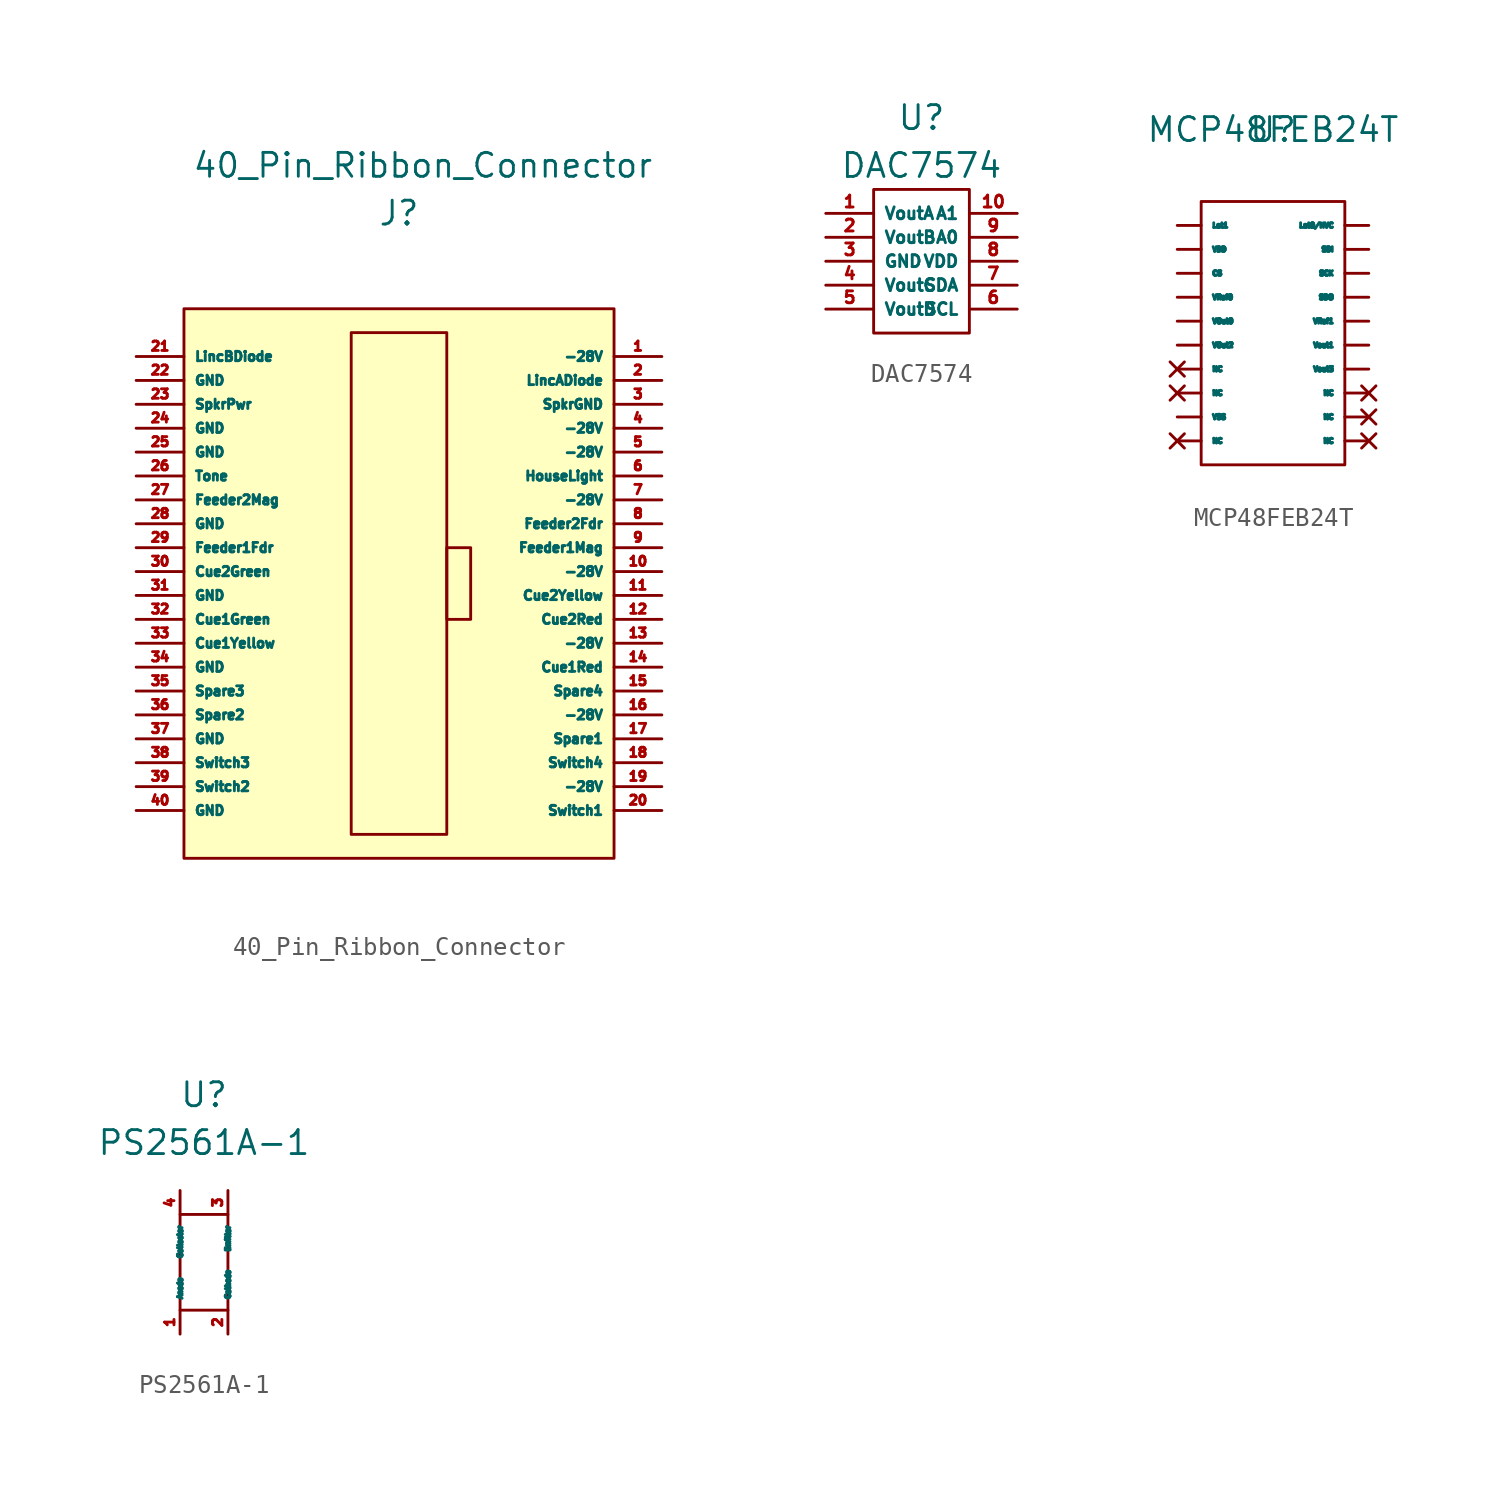
<source format=kicad_sym>
(kicad_symbol_lib
  (version 20211014)
  (generator kicad_symbol_editor)
  (symbol "40_Pin_Ribbon_Connector"
    (property "Reference" "J"
      (at -7.62 16.51 0)
      (effects (font (size 1.27 1.27))))
    (property "Value" "40_Pin_Ribbon_Connector"
      (at -6.35 19.05 0)
      (effects (font (size 1.27 1.27))))
    (symbol "40_Pin_Ribbon_Connector_0_1"
      (rectangle (start -19.05 11.43) (end 3.81 -17.78) (stroke (width 0) (type default) (color 0 0 0 0)) (fill (type background)))
      (rectangle (start -10.16 10.16) (end -5.08 -16.51) (stroke (width 0) (type default) (color 0 0 0 0)) (fill (type background)))
      (rectangle (start -5.08 -1.27) (end -3.81 -5.08) (stroke (width 0) (type default) (color 0 0 0 0)) (fill (type background))))
    (symbol "40_Pin_Ribbon_Connector_1_1"
      (pin power_in line (at 6.35 8.89 180) (length 2.54) (name "-28V" (effects (font (size 0.5 0.5)))) (number "1" (effects (font (size 0.5 0.5)))))
      (pin power_in line (at 6.35 -2.54 180) (length 2.54) (name "-28V" (effects (font (size 0.5 0.5)))) (number "10" (effects (font (size 0.5 0.5)))))
      (pin input line (at 6.35 -3.81 180) (length 2.54) (name "Cue2Yellow" (effects (font (size 0.5 0.5)))) (number "11" (effects (font (size 0.5 0.5)))))
      (pin input line (at 6.35 -5.08 180) (length 2.54) (name "Cue2Red" (effects (font (size 0.5 0.5)))) (number "12" (effects (font (size 0.5 0.5)))))
      (pin power_in line (at 6.35 -6.35 180) (length 2.54) (name "-28V" (effects (font (size 0.5 0.5)))) (number "13" (effects (font (size 0.5 0.5)))))
      (pin input line (at 6.35 -7.62 180) (length 2.54) (name "Cue1Red" (effects (font (size 0.5 0.5)))) (number "14" (effects (font (size 0.5 0.5)))))
      (pin input line (at 6.35 -8.89 180) (length 2.54) (name "Spare4" (effects (font (size 0.5 0.5)))) (number "15" (effects (font (size 0.5 0.5)))))
      (pin power_in line (at 6.35 -10.16 180) (length 2.54) (name "-28V" (effects (font (size 0.5 0.5)))) (number "16" (effects (font (size 0.5 0.5)))))
      (pin input line (at 6.35 -11.43 180) (length 2.54) (name "Spare1" (effects (font (size 0.5 0.5)))) (number "17" (effects (font (size 0.5 0.5)))))
      (pin output line (at 6.35 -12.7 180) (length 2.54) (name "Switch4" (effects (font (size 0.5 0.5)))) (number "18" (effects (font (size 0.5 0.5)))))
      (pin power_in line (at 6.35 -13.97 180) (length 2.54) (name "-28V" (effects (font (size 0.5 0.5)))) (number "19" (effects (font (size 0.5 0.5)))))
      (pin power_in line (at 6.35 7.62 180) (length 2.54) (name "LincADiode" (effects (font (size 0.5 0.5)))) (number "2" (effects (font (size 0.5 0.5)))))
      (pin output line (at 6.35 -15.24 180) (length 2.54) (name "Switch1" (effects (font (size 0.5 0.5)))) (number "20" (effects (font (size 0.5 0.5)))))
      (pin power_in line (at -21.59 8.89 0) (length 2.54) (name "LincBDiode" (effects (font (size 0.5 0.5)))) (number "21" (effects (font (size 0.5 0.5)))))
      (pin power_in line (at -21.59 7.62 0) (length 2.54) (name "GND" (effects (font (size 0.5 0.5)))) (number "22" (effects (font (size 0.5 0.5)))))
      (pin input line (at -21.59 6.35 0) (length 2.54) (name "SpkrPwr" (effects (font (size 0.5 0.5)))) (number "23" (effects (font (size 0.5 0.5)))))
      (pin power_in line (at -21.59 5.08 0) (length 2.54) (name "GND" (effects (font (size 0.5 0.5)))) (number "24" (effects (font (size 0.5 0.5)))))
      (pin power_in line (at -21.59 3.81 0) (length 2.54) (name "GND" (effects (font (size 0.5 0.5)))) (number "25" (effects (font (size 0.5 0.5)))))
      (pin input line (at -21.59 2.54 0) (length 2.54) (name "Tone" (effects (font (size 0.5 0.5)))) (number "26" (effects (font (size 0.5 0.5)))))
      (pin input line (at -21.59 1.27 0) (length 2.54) (name "Feeder2Mag" (effects (font (size 0.5 0.5)))) (number "27" (effects (font (size 0.5 0.5)))))
      (pin power_in line (at -21.59 0 0) (length 2.54) (name "GND" (effects (font (size 0.5 0.5)))) (number "28" (effects (font (size 0.5 0.5)))))
      (pin input line (at -21.59 -1.27 0) (length 2.54) (name "Feeder1Fdr" (effects (font (size 0.5 0.5)))) (number "29" (effects (font (size 0.5 0.5)))))
      (pin input line (at 6.35 6.35 180) (length 2.54) (name "SpkrGND" (effects (font (size 0.5 0.5)))) (number "3" (effects (font (size 0.5 0.5)))))
      (pin input line (at -21.59 -2.54 0) (length 2.54) (name "Cue2Green" (effects (font (size 0.5 0.5)))) (number "30" (effects (font (size 0.5 0.5)))))
      (pin power_in line (at -21.59 -3.81 0) (length 2.54) (name "GND" (effects (font (size 0.5 0.5)))) (number "31" (effects (font (size 0.5 0.5)))))
      (pin input line (at -21.59 -5.08 0) (length 2.54) (name "Cue1Green" (effects (font (size 0.5 0.5)))) (number "32" (effects (font (size 0.5 0.5)))))
      (pin input line (at -21.59 -6.35 0) (length 2.54) (name "Cue1Yellow" (effects (font (size 0.5 0.5)))) (number "33" (effects (font (size 0.5 0.5)))))
      (pin power_in line (at -21.59 -7.62 0) (length 2.54) (name "GND" (effects (font (size 0.5 0.5)))) (number "34" (effects (font (size 0.5 0.5)))))
      (pin input line (at -21.59 -8.89 0) (length 2.54) (name "Spare3" (effects (font (size 0.5 0.5)))) (number "35" (effects (font (size 0.5 0.5)))))
      (pin input line (at -21.59 -10.16 0) (length 2.54) (name "Spare2" (effects (font (size 0.5 0.5)))) (number "36" (effects (font (size 0.5 0.5)))))
      (pin power_in line (at -21.59 -11.43 0) (length 2.54) (name "GND" (effects (font (size 0.5 0.5)))) (number "37" (effects (font (size 0.5 0.5)))))
      (pin output line (at -21.59 -12.7 0) (length 2.54) (name "Switch3" (effects (font (size 0.5 0.5)))) (number "38" (effects (font (size 0.5 0.5)))))
      (pin output line (at -21.59 -13.97 0) (length 2.54) (name "Switch2" (effects (font (size 0.5 0.5)))) (number "39" (effects (font (size 0.5 0.5)))))
      (pin power_in line (at 6.35 5.08 180) (length 2.54) (name "-28V" (effects (font (size 0.5 0.5)))) (number "4" (effects (font (size 0.5 0.5)))))
      (pin power_in line (at -21.59 -15.24 0) (length 2.54) (name "GND" (effects (font (size 0.5 0.5)))) (number "40" (effects (font (size 0.5 0.5)))))
      (pin power_in line (at 6.35 3.81 180) (length 2.54) (name "-28V" (effects (font (size 0.5 0.5)))) (number "5" (effects (font (size 0.5 0.5)))))
      (pin input line (at 6.35 2.54 180) (length 2.54) (name "HouseLight" (effects (font (size 0.5 0.5)))) (number "6" (effects (font (size 0.5 0.5)))))
      (pin power_in line (at 6.35 1.27 180) (length 2.54) (name "-28V" (effects (font (size 0.5 0.5)))) (number "7" (effects (font (size 0.5 0.5)))))
      (pin input line (at 6.35 0 180) (length 2.54) (name "Feeder2Fdr" (effects (font (size 0.5 0.5)))) (number "8" (effects (font (size 0.5 0.5)))))
      (pin input line (at 6.35 -1.27 180) (length 2.54) (name "Feeder1Mag" (effects (font (size 0.5 0.5)))) (number "9" (effects (font (size 0.5 0.5)))))))
  (symbol "DAC7574"
    (property "Reference" "U"
      (at 0 2.54 0)
      (effects (font (size 1.27 1.27))))
    (property "Value" "DAC7574"
      (at 0 0 0)
      (effects (font (size 1.27 1.27))))
    (symbol "DAC7574_0_1"
      (rectangle (start -2.54 -1.27) (end 2.54 -8.89) (stroke (width 0) (type default) (color 0 0 0 0)) (fill (type none))))
    (symbol "DAC7574_1_1"
      (pin output line (at -5.08 -2.54 0) (length 2.54) (name "VoutA" (effects (font (size 0.63 0.63)))) (number "1" (effects (font (size 0.63 0.63)))))
      (pin passive line (at 5.08 -2.54 180) (length 2.54) (name "A1" (effects (font (size 0.63 0.63)))) (number "10" (effects (font (size 0.63 0.63)))))
      (pin output line (at -5.08 -3.81 0) (length 2.54) (name "VoutB" (effects (font (size 0.63 0.63)))) (number "2" (effects (font (size 0.63 0.63)))))
      (pin power_in line (at -5.08 -5.08 0) (length 2.54) (name "GND" (effects (font (size 0.63 0.63)))) (number "3" (effects (font (size 0.63 0.63)))))
      (pin output line (at -5.08 -6.35 0) (length 2.54) (name "VoutC" (effects (font (size 0.63 0.63)))) (number "4" (effects (font (size 0.63 0.63)))))
      (pin output line (at -5.08 -7.62 0) (length 2.54) (name "VoutD" (effects (font (size 0.63 0.63)))) (number "5" (effects (font (size 0.63 0.63)))))
      (pin passive line (at 5.08 -7.62 180) (length 2.54) (name "SCL" (effects (font (size 0.63 0.63)))) (number "6" (effects (font (size 0.63 0.63)))))
      (pin passive line (at 5.08 -6.35 180) (length 2.54) (name "SDA" (effects (font (size 0.63 0.63)))) (number "7" (effects (font (size 0.63 0.63)))))
      (pin power_in line (at 5.08 -5.08 180) (length 2.54) (name "VDD" (effects (font (size 0.63 0.63)))) (number "8" (effects (font (size 0.63 0.63)))))
      (pin passive line (at 5.08 -3.81 180) (length 2.54) (name "A0" (effects (font (size 0.63 0.63)))) (number "9" (effects (font (size 0.63 0.63)))))))
  (symbol "MCP48FEB24T"
    (property "Reference" "U"
      (at 0 0 0)
      (effects (font (size 1.27 1.27))))
    (property "Value" "MCP48FEB24T"
      (at 0 0 0)
      (effects (font (size 1.27 1.27))))
    (symbol "MCP48FEB24T_0_1"
      (rectangle (start -3.81 -3.81) (end 3.81 -17.78) (stroke (width 0) (type default) (color 0 0 0 0)) (fill (type none))))
    (symbol "MCP48FEB24T_1_1"
      (pin passive line (at -5.08 -7.62 0) (length 1.27) (name "CS" (effects (font (size 0.25 0.25)))) (number "" (effects (font (size 0.5 0.5)))))
      (pin passive line (at 5.08 -5.08 180) (length 1.27) (name "Lat0/HVC" (effects (font (size 0.25 0.25)))) (number "" (effects (font (size 0.5 0.5)))))
      (pin passive line (at -5.08 -5.08 0) (length 1.27) (name "Lat1" (effects (font (size 0.25 0.25)))) (number "" (effects (font (size 0.5 0.5)))))
      (pin no_connect line (at -5.08 -16.51 0) (length 1.27) (name "NC" (effects (font (size 0.25 0.25)))) (number "" (effects (font (size 0.5 0.5)))))
      (pin no_connect line (at -5.08 -13.97 0) (length 1.27) (name "NC" (effects (font (size 0.25 0.25)))) (number "" (effects (font (size 0.5 0.5)))))
      (pin no_connect line (at -5.08 -12.7 0) (length 1.27) (name "NC" (effects (font (size 0.25 0.25)))) (number "" (effects (font (size 0.5 0.5)))))
      (pin no_connect line (at 5.08 -16.51 180) (length 1.27) (name "NC" (effects (font (size 0.25 0.25)))) (number "" (effects (font (size 0.5 0.5)))))
      (pin no_connect line (at 5.08 -15.24 180) (length 1.27) (name "NC" (effects (font (size 0.25 0.25)))) (number "" (effects (font (size 0.5 0.5)))))
      (pin no_connect line (at 5.08 -13.97 180) (length 1.27) (name "NC" (effects (font (size 0.25 0.25)))) (number "" (effects (font (size 0.5 0.5)))))
      (pin passive line (at 5.08 -7.62 180) (length 1.27) (name "SCK" (effects (font (size 0.25 0.25)))) (number "" (effects (font (size 0.5 0.5)))))
      (pin passive line (at 5.08 -6.35 180) (length 1.27) (name "SDI" (effects (font (size 0.25 0.25)))) (number "" (effects (font (size 0.5 0.5)))))
      (pin passive line (at 5.08 -8.89 180) (length 1.27) (name "SDO" (effects (font (size 0.25 0.25)))) (number "" (effects (font (size 0.5 0.5)))))
      (pin passive line (at -5.08 -6.35 0) (length 1.27) (name "VDD" (effects (font (size 0.25 0.25)))) (number "" (effects (font (size 0.5 0.5)))))
      (pin passive line (at -5.08 -10.16 0) (length 1.27) (name "VOut0" (effects (font (size 0.25 0.25)))) (number "" (effects (font (size 0.5 0.5)))))
      (pin passive line (at 5.08 -11.43 180) (length 1.27) (name "Vout1" (effects (font (size 0.25 0.25)))) (number "" (effects (font (size 0.5 0.5)))))
      (pin passive line (at -5.08 -11.43 0) (length 1.27) (name "VOut2" (effects (font (size 0.25 0.25)))) (number "" (effects (font (size 0.5 0.5)))))
      (pin passive line (at 5.08 -12.7 180) (length 1.27) (name "Vout3" (effects (font (size 0.25 0.25)))) (number "" (effects (font (size 0.5 0.5)))))
      (pin passive line (at -5.08 -8.89 0) (length 1.27) (name "VRef0" (effects (font (size 0.25 0.25)))) (number "" (effects (font (size 0.5 0.5)))))
      (pin passive line (at 5.08 -10.16 180) (length 1.27) (name "VRef1" (effects (font (size 0.25 0.25)))) (number "" (effects (font (size 0.5 0.5)))))
      (pin passive line (at -5.08 -15.24 0) (length 1.27) (name "VSS" (effects (font (size 0.25 0.25)))) (number "" (effects (font (size 0.5 0.5)))))))
  (symbol "PS2561A-1"
    (property "Reference" "U"
      (at 0 0 0)
      (effects (font (size 1.27 1.27))))
    (property "Value" "PS2561A-1"
      (at 0 -2.54 0)
      (effects (font (size 1.27 1.27))))
    (symbol "PS2561A-1_0_1"
      (rectangle (start -1.27 -6.35) (end 1.27 -11.43) (stroke (width 0) (type default) (color 0 0 0 0)) (fill (type none))))
    (symbol "PS2561A-1_1_1"
      (pin passive line (at -1.27 -12.7 90) (length 1.27) (name "Anode" (effects (font (size 0.25 0.25)))) (number "1" (effects (font (size 0.5 0.5)))))
      (pin passive line (at 1.27 -12.7 90) (length 1.27) (name "Cathode" (effects (font (size 0.25 0.25)))) (number "2" (effects (font (size 0.5 0.5)))))
      (pin passive line (at 1.27 -5.08 270) (length 1.27) (name "Emitter" (effects (font (size 0.25 0.25)))) (number "3" (effects (font (size 0.5 0.5)))))
      (pin passive line (at -1.27 -5.08 270) (length 1.27) (name "Collector" (effects (font (size 0.25 0.25)))) (number "4" (effects (font (size 0.5 0.5))))))))
</source>
